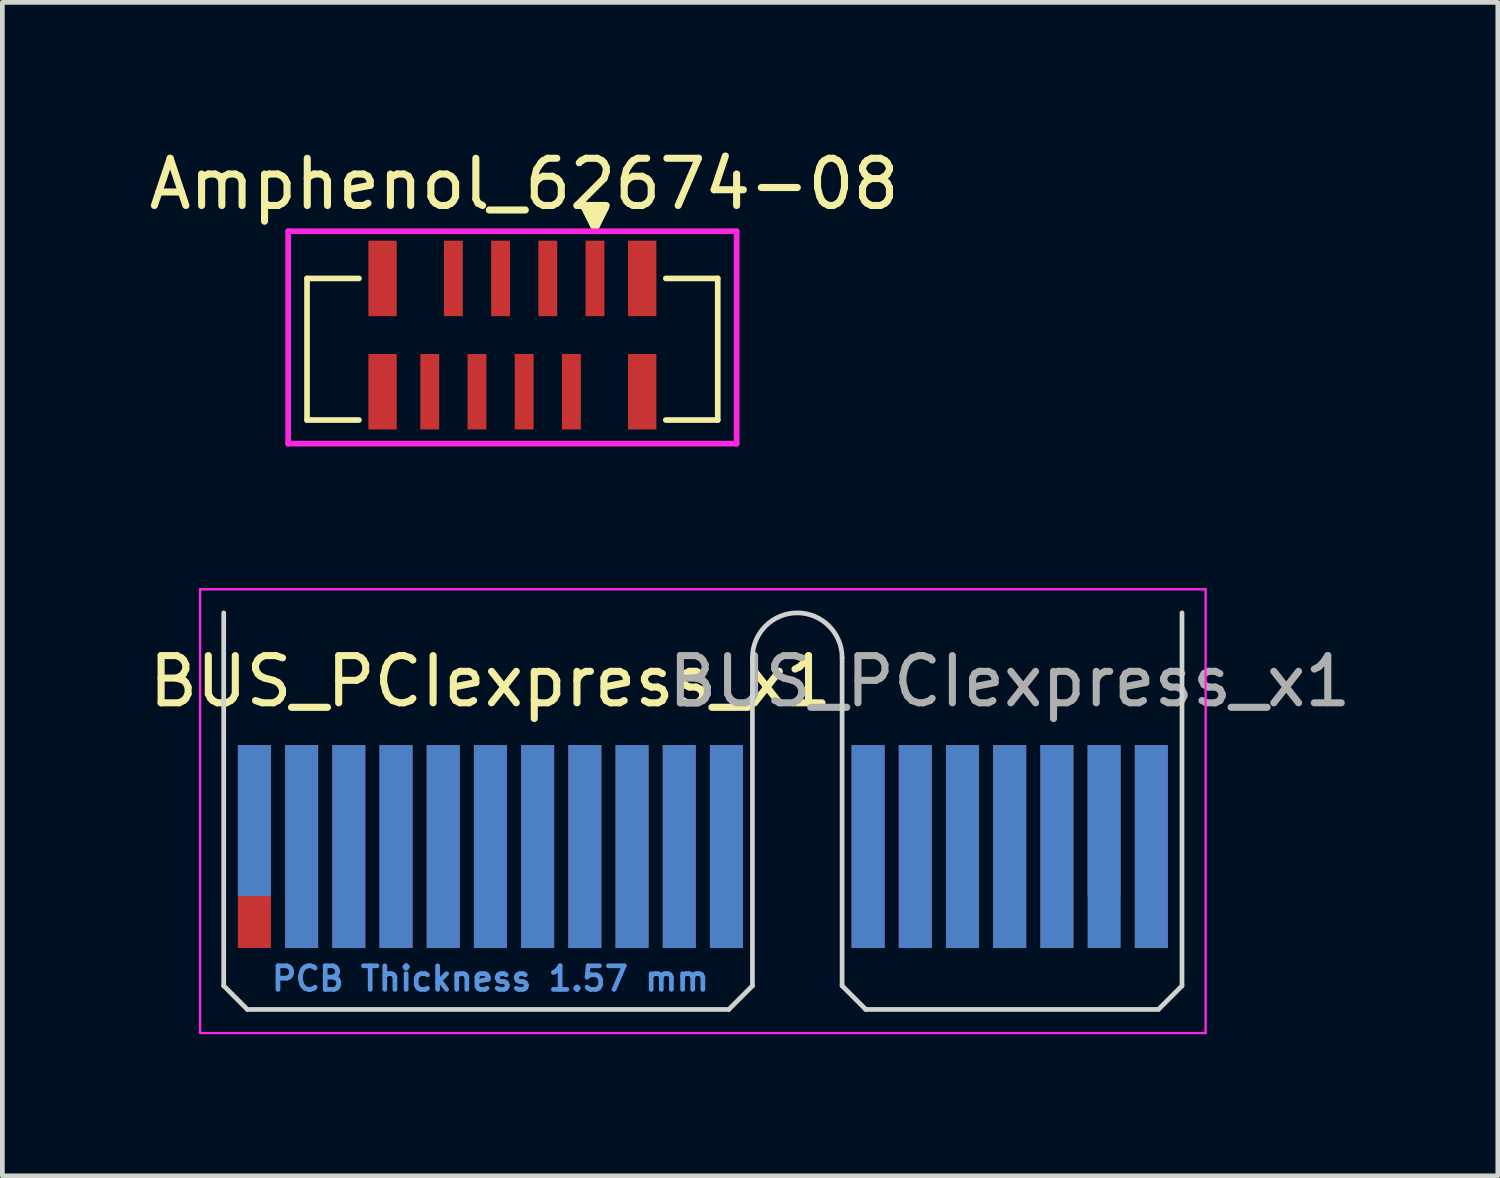
<source format=kicad_pcb>
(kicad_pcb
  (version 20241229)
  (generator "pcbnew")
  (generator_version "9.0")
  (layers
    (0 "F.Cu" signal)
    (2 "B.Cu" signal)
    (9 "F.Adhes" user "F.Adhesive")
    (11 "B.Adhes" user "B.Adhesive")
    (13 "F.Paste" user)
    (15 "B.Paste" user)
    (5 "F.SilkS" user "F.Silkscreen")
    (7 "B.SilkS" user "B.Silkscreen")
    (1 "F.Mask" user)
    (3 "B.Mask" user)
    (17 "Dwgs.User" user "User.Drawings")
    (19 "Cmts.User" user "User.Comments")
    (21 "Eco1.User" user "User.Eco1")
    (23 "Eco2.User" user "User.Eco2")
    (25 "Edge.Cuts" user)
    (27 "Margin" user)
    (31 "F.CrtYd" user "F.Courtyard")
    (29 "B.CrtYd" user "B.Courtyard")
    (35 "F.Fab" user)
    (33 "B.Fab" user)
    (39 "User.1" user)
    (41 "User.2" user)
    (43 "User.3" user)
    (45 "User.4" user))
  (footprint "BUS_PCIexpress_x1"
    (layer "F.Cu")
    (at 2.339 14.883)
    (property "Reference" "BUS_PCIexpress_x1" (at 5 -3.5 0) (layer "F.SilkS") (effects (font (size 1 1) (thickness 0.15))))
    (attr exclude_from_pos_files exclude_from_bom)
    (fp_line (start -0.65 -4.95) (end -0.65 2.95) (stroke (width 0.1) (type solid)) (layer "Edge.Cuts"))
    (fp_line (start -0.65 2.95) (end -0.15 3.45) (stroke (width 0.1) (type solid)) (layer "Edge.Cuts"))
    (fp_line (start -0.15 3.45) (end 10.05 3.45) (stroke (width 0.1) (type solid)) (layer "Edge.Cuts"))
    (fp_line (start 10.55 -4) (end 10.55 2.95) (stroke (width 0.1) (type solid)) (layer "Edge.Cuts"))
    (fp_line (start 10.55 2.95) (end 10.05 3.45) (stroke (width 0.1) (type solid)) (layer "Edge.Cuts"))
    (fp_line (start 12.45 -4) (end 12.45 2.95) (stroke (width 0.1) (type solid)) (layer "Edge.Cuts"))
    (fp_line (start 12.45 2.95) (end 12.95 3.45) (stroke (width 0.1) (type solid)) (layer "Edge.Cuts"))
    (fp_line (start 12.95 3.45) (end 19.15 3.45) (stroke (width 0.1) (type solid)) (layer "Edge.Cuts"))
    (fp_line (start 19.65 -4.95) (end 19.65 2.95) (stroke (width 0.1) (type solid)) (layer "Edge.Cuts"))
    (fp_line (start 19.65 2.95) (end 19.15 3.45) (stroke (width 0.1) (type solid)) (layer "Edge.Cuts"))
    (fp_arc (start 10.55 -4) (mid 11.5 -4.95) (end 12.45 -4) (stroke (width 0.1) (type solid)) (layer "Edge.Cuts"))
    (fp_line (start -1.15 -5.45) (end -1.15 3.95) (stroke (width 0.05) (type solid)) (layer "F.CrtYd"))
    (fp_line (start -1.15 -5.45) (end 20.15 -5.45) (stroke (width 0.05) (type solid)) (layer "F.CrtYd"))
    (fp_line (start 20.15 3.95) (end -1.15 3.95) (stroke (width 0.05) (type solid)) (layer "F.CrtYd"))
    (fp_line (start 20.15 3.95) (end 20.15 -5.45) (stroke (width 0.05) (type solid)) (layer "F.CrtYd"))
    (fp_text user "PCB Thickness 1.57 mm" (at 5 2.8 180) (layer "Cmts.User") (effects (font (size 0.5 0.5) (thickness 0.1))))
    (fp_text user "${REFERENCE}" (at 16 -3.5 0) (layer "F.Fab") (effects (font (size 1 1) (thickness 0.15))))
    (pad "a1" connect rect (at 0 -0.55) (size 0.7 3.2) (layers "B.Cu" "B.Mask"))
    (pad "a2" connect rect (at 1 0) (size 0.7 4.3) (layers "B.Cu" "B.Mask"))
    (pad "a3" connect rect (at 2 0) (size 0.7 4.3) (layers "B.Cu" "B.Mask"))
    (pad "a4" connect rect (at 3 0) (size 0.7 4.3) (layers "B.Cu" "B.Mask"))
    (pad "a5" connect rect (at 4 0) (size 0.7 4.3) (layers "B.Cu" "B.Mask"))
    (pad "a6" connect rect (at 5 0) (size 0.7 4.3) (layers "B.Cu" "B.Mask"))
    (pad "a7" connect rect (at 6 0) (size 0.7 4.3) (layers "B.Cu" "B.Mask"))
    (pad "a8" connect rect (at 7 0) (size 0.7 4.3) (layers "B.Cu" "B.Mask"))
    (pad "a9" connect rect (at 8 0) (size 0.7 4.3) (layers "B.Cu" "B.Mask"))
    (pad "a10" connect rect (at 9 0) (size 0.7 4.3) (layers "B.Cu" "B.Mask"))
    (pad "a11" connect rect (at 10 0) (size 0.7 4.3) (layers "B.Cu" "B.Mask"))
    (pad "a12" connect rect (at 13 0) (size 0.7 4.3) (layers "B.Cu" "B.Mask"))
    (pad "a13" connect rect (at 14 0) (size 0.7 4.3) (layers "B.Cu" "B.Mask"))
    (pad "a14" connect rect (at 15 0) (size 0.7 4.3) (layers "B.Cu" "B.Mask"))
    (pad "a15" connect rect (at 16 0) (size 0.7 4.3) (layers "B.Cu" "B.Mask"))
    (pad "a16" connect rect (at 17 0) (size 0.7 4.3) (layers "B.Cu" "B.Mask"))
    (pad "a17" connect rect (at 18 0) (size 0.7 4.3) (layers "B.Cu" "B.Mask"))
    (pad "a18" connect rect (at 19 0) (size 0.7 4.3) (layers "B.Cu" "B.Mask"))
    (pad "b1" connect rect (at 0 0) (size 0.7 4.3) (layers "F.Cu" "F.Mask"))
    (pad "b2" connect rect (at 1 0) (size 0.7 4.3) (layers "F.Cu" "F.Mask"))
    (pad "b3" connect rect (at 2 0) (size 0.7 4.3) (layers "F.Cu" "F.Mask"))
    (pad "b4" connect rect (at 3 0) (size 0.7 4.3) (layers "F.Cu" "F.Mask"))
    (pad "b5" connect rect (at 4 0) (size 0.7 4.3) (layers "F.Cu" "F.Mask"))
    (pad "b6" connect rect (at 5 0) (size 0.7 4.3) (layers "F.Cu" "F.Mask"))
    (pad "b7" connect rect (at 6 0) (size 0.7 4.3) (layers "F.Cu" "F.Mask"))
    (pad "b8" connect rect (at 7 0) (size 0.7 4.3) (layers "F.Cu" "F.Mask"))
    (pad "b9" connect rect (at 8 0) (size 0.7 4.3) (layers "F.Cu" "F.Mask"))
    (pad "b10" connect rect (at 9 0) (size 0.7 4.3) (layers "F.Cu" "F.Mask"))
    (pad "b11" connect rect (at 10 0) (size 0.7 4.3) (layers "F.Cu" "F.Mask"))
    (pad "b12" connect rect (at 13 0) (size 0.7 4.3) (layers "F.Cu" "F.Mask"))
    (pad "b13" connect rect (at 14 0) (size 0.7 4.3) (layers "F.Cu" "F.Mask"))
    (pad "b14" connect rect (at 15 0) (size 0.7 4.3) (layers "F.Cu" "F.Mask"))
    (pad "b15" connect rect (at 16 0) (size 0.7 4.3) (layers "F.Cu" "F.Mask"))
    (pad "b16" connect rect (at 17 0) (size 0.7 4.3) (layers "F.Cu" "F.Mask"))
    (pad "b17" connect rect (at 18 -0.55) (size 0.7 3.2) (layers "F.Cu" "F.Mask"))
    (pad "b18" connect rect (at 19 0) (size 0.7 4.3) (layers "F.Cu" "F.Mask")))
  (footprint "Amphenol_62674-08"
    (layer "F.Cu")
    (at 9.554 2.848)
    (property "Reference" "Amphenol_62674-08" (at -1.5 -2 0) (layer "F.SilkS") (effects (font (size 1 1) (thickness 0.15))))
    (attr through_hole)
    (fp_line (start -6.1 0) (end -6.1 3) (stroke (width 0.12) (type solid)) (layer "F.SilkS"))
    (fp_line (start -6.1 3) (end -5 3) (stroke (width 0.12) (type solid)) (layer "F.SilkS"))
    (fp_line (start -5 0) (end -6.1 0) (stroke (width 0.12) (type solid)) (layer "F.SilkS"))
    (fp_line (start 2.6 0) (end 1.5 0) (stroke (width 0.12) (type solid)) (layer "F.SilkS"))
    (fp_line (start 2.6 0) (end 2.6 3) (stroke (width 0.12) (type solid)) (layer "F.SilkS"))
    (fp_line (start 2.6 3) (end 1.5 3) (stroke (width 0.12) (type solid)) (layer "F.SilkS"))
    (fp_poly (pts (xy 0 -1) (xy -0.25 -1.5) (xy 0.25 -1.5)) (stroke (width 0.1) (type solid)) (fill yes) (layer "F.SilkS"))
    (fp_line (start -6.5 -1) (end 3 -1) (stroke (width 0.12) (type solid)) (layer "F.CrtYd"))
    (fp_line (start -6.5 3.5) (end -6.5 -1) (stroke (width 0.12) (type solid)) (layer "F.CrtYd"))
    (fp_line (start 3 -1) (end 3 3.5) (stroke (width 0.12) (type solid)) (layer "F.CrtYd"))
    (fp_line (start 3 3.5) (end -6.5 3.5) (stroke (width 0.12) (type solid)) (layer "F.CrtYd"))
    (pad "1" smd rect (at 0 0) (size 0.4 1.6) (layers "F.Cu" "F.Mask" "F.Paste"))
    (pad "2" smd rect (at -0.5 2.4) (size 0.4 1.6) (layers "F.Cu" "F.Mask" "F.Paste"))
    (pad "3" smd rect (at -1 0) (size 0.4 1.6) (layers "F.Cu" "F.Mask" "F.Paste"))
    (pad "4" smd rect (at -1.5 2.4) (size 0.4 1.6) (layers "F.Cu" "F.Mask" "F.Paste"))
    (pad "5" smd rect (at -2 0) (size 0.4 1.6) (layers "F.Cu" "F.Mask" "F.Paste"))
    (pad "6" smd rect (at -2.5 2.4) (size 0.4 1.6) (layers "F.Cu" "F.Mask" "F.Paste"))
    (pad "7" smd rect (at -3 0) (size 0.4 1.6) (layers "F.Cu" "F.Mask" "F.Paste"))
    (pad "8" smd rect (at -3.5 2.4) (size 0.4 1.6) (layers "F.Cu" "F.Mask" "F.Paste"))
    (pad "GND" smd rect (at -4.5 0) (size 0.6 1.6) (layers "F.Cu" "F.Mask" "F.Paste"))
    (pad "GND" smd rect (at -4.5 2.4) (size 0.6 1.6) (layers "F.Cu" "F.Mask" "F.Paste"))
    (pad "GND" smd rect (at 1 0) (size 0.6 1.6) (layers "F.Cu" "F.Mask" "F.Paste"))
    (pad "GND" smd rect (at 1 2.4) (size 0.6 1.6) (layers "F.Cu" "F.Mask" "F.Paste")))
  (gr_rect
    (start -3 -3)
    (end 28.679 21.858)
    (stroke (width 0.1) (type default))
    (fill no)
    (layer "Edge.Cuts")))
</source>
